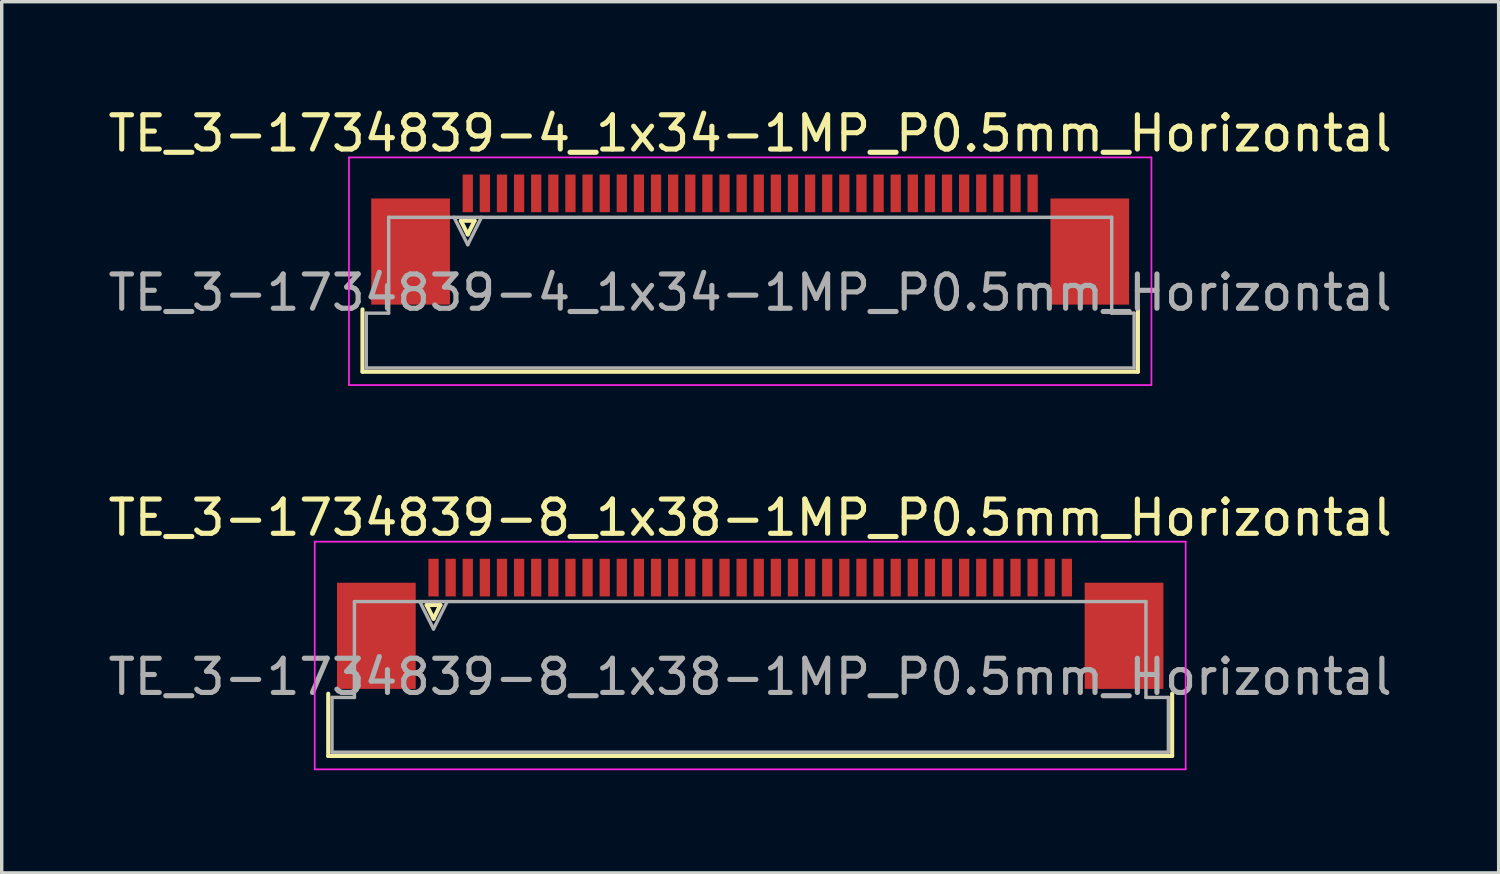
<source format=kicad_pcb>
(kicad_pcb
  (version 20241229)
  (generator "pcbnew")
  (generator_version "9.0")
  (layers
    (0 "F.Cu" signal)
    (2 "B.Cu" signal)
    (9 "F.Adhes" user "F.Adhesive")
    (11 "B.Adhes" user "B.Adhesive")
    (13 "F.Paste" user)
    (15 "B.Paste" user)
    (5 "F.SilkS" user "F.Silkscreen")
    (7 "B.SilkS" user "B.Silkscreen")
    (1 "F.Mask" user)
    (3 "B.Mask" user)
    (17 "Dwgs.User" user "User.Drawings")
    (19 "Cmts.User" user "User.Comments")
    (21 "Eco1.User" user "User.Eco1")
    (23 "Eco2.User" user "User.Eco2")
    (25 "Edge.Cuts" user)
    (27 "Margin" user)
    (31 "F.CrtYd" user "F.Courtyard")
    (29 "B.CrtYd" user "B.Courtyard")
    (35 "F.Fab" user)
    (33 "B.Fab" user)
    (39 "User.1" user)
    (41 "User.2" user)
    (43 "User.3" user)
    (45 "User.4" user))
  (footprint "TE_3-1734839-8_1x38-1MP_P0.5mm_Horizontal"
    (layer "F.Cu")
    (at 18.863 16.072)
    (property "Reference" "TE_3-1734839-8_1x38-1MP_P0.5mm_Horizontal" (at 0 -4 0) (layer "F.SilkS") (effects (font (size 1 1) (thickness 0.15))))
    (attr smd)
    (fp_line (start -12.325 2.96) (end -12.325 1.14) (stroke (width 0.12) (type solid)) (layer "F.SilkS"))
    (fp_line (start -9.45 -1.45) (end -9.25 -1.05) (stroke (width 0.12) (type solid)) (layer "F.SilkS"))
    (fp_line (start -9.25 -1.05) (end -9.05 -1.45) (stroke (width 0.12) (type solid)) (layer "F.SilkS"))
    (fp_line (start -9.05 -1.45) (end -9.45 -1.45) (stroke (width 0.12) (type solid)) (layer "F.SilkS"))
    (fp_line (start 12.325 1.14) (end 12.325 2.96) (stroke (width 0.12) (type solid)) (layer "F.SilkS"))
    (fp_line (start 12.325 2.96) (end -12.325 2.96) (stroke (width 0.12) (type solid)) (layer "F.SilkS"))
    (fp_line (start -12.72 -3.3) (end -12.72 3.35) (stroke (width 0.05) (type solid)) (layer "F.CrtYd"))
    (fp_line (start -12.72 3.35) (end 12.72 3.35) (stroke (width 0.05) (type solid)) (layer "F.CrtYd"))
    (fp_line (start 12.72 -3.3) (end -12.72 -3.3) (stroke (width 0.05) (type solid)) (layer "F.CrtYd"))
    (fp_line (start 12.72 3.35) (end 12.72 -3.3) (stroke (width 0.05) (type solid)) (layer "F.CrtYd"))
    (fp_line (start -12.215 1.25) (end -11.56 1.25) (stroke (width 0.1) (type solid)) (layer "F.Fab"))
    (fp_line (start -12.215 2.85) (end -12.215 1.25) (stroke (width 0.1) (type solid)) (layer "F.Fab"))
    (fp_line (start -11.56 -1.55) (end 11.56 -1.55) (stroke (width 0.1) (type solid)) (layer "F.Fab"))
    (fp_line (start -11.56 1.25) (end -11.56 -1.55) (stroke (width 0.1) (type solid)) (layer "F.Fab"))
    (fp_line (start -9.65 -1.55) (end -9.25 -0.75) (stroke (width 0.1) (type solid)) (layer "F.Fab"))
    (fp_line (start -9.25 -0.75) (end -8.85 -1.55) (stroke (width 0.1) (type solid)) (layer "F.Fab"))
    (fp_line (start 11.56 -1.55) (end 11.56 1.25) (stroke (width 0.1) (type solid)) (layer "F.Fab"))
    (fp_line (start 11.56 1.25) (end 12.215 1.25) (stroke (width 0.1) (type solid)) (layer "F.Fab"))
    (fp_line (start 12.215 1.25) (end 12.215 2.85) (stroke (width 0.1) (type solid)) (layer "F.Fab"))
    (fp_line (start 12.215 2.85) (end -12.215 2.85) (stroke (width 0.1) (type solid)) (layer "F.Fab"))
    (fp_text user "${REFERENCE}" (at 0 0.65 0) (layer "F.Fab") (effects (font (size 1 1) (thickness 0.15))))
    (pad "1" smd rect (at -9.25 -2.25) (size 0.3 1.1) (layers "F.Cu" "F.Mask" "F.Paste"))
    (pad "2" smd rect (at -8.75 -2.25) (size 0.3 1.1) (layers "F.Cu" "F.Mask" "F.Paste"))
    (pad "3" smd rect (at -8.25 -2.25) (size 0.3 1.1) (layers "F.Cu" "F.Mask" "F.Paste"))
    (pad "4" smd rect (at -7.75 -2.25) (size 0.3 1.1) (layers "F.Cu" "F.Mask" "F.Paste"))
    (pad "5" smd rect (at -7.25 -2.25) (size 0.3 1.1) (layers "F.Cu" "F.Mask" "F.Paste"))
    (pad "6" smd rect (at -6.75 -2.25) (size 0.3 1.1) (layers "F.Cu" "F.Mask" "F.Paste"))
    (pad "7" smd rect (at -6.25 -2.25) (size 0.3 1.1) (layers "F.Cu" "F.Mask" "F.Paste"))
    (pad "8" smd rect (at -5.75 -2.25) (size 0.3 1.1) (layers "F.Cu" "F.Mask" "F.Paste"))
    (pad "9" smd rect (at -5.25 -2.25) (size 0.3 1.1) (layers "F.Cu" "F.Mask" "F.Paste"))
    (pad "10" smd rect (at -4.75 -2.25) (size 0.3 1.1) (layers "F.Cu" "F.Mask" "F.Paste"))
    (pad "11" smd rect (at -4.25 -2.25) (size 0.3 1.1) (layers "F.Cu" "F.Mask" "F.Paste"))
    (pad "12" smd rect (at -3.75 -2.25) (size 0.3 1.1) (layers "F.Cu" "F.Mask" "F.Paste"))
    (pad "13" smd rect (at -3.25 -2.25) (size 0.3 1.1) (layers "F.Cu" "F.Mask" "F.Paste"))
    (pad "14" smd rect (at -2.75 -2.25) (size 0.3 1.1) (layers "F.Cu" "F.Mask" "F.Paste"))
    (pad "15" smd rect (at -2.25 -2.25) (size 0.3 1.1) (layers "F.Cu" "F.Mask" "F.Paste"))
    (pad "16" smd rect (at -1.75 -2.25) (size 0.3 1.1) (layers "F.Cu" "F.Mask" "F.Paste"))
    (pad "17" smd rect (at -1.25 -2.25) (size 0.3 1.1) (layers "F.Cu" "F.Mask" "F.Paste"))
    (pad "18" smd rect (at -0.75 -2.25) (size 0.3 1.1) (layers "F.Cu" "F.Mask" "F.Paste"))
    (pad "19" smd rect (at -0.25 -2.25) (size 0.3 1.1) (layers "F.Cu" "F.Mask" "F.Paste"))
    (pad "20" smd rect (at 0.25 -2.25) (size 0.3 1.1) (layers "F.Cu" "F.Mask" "F.Paste"))
    (pad "21" smd rect (at 0.75 -2.25) (size 0.3 1.1) (layers "F.Cu" "F.Mask" "F.Paste"))
    (pad "22" smd rect (at 1.25 -2.25) (size 0.3 1.1) (layers "F.Cu" "F.Mask" "F.Paste"))
    (pad "23" smd rect (at 1.75 -2.25) (size 0.3 1.1) (layers "F.Cu" "F.Mask" "F.Paste"))
    (pad "24" smd rect (at 2.25 -2.25) (size 0.3 1.1) (layers "F.Cu" "F.Mask" "F.Paste"))
    (pad "25" smd rect (at 2.75 -2.25) (size 0.3 1.1) (layers "F.Cu" "F.Mask" "F.Paste"))
    (pad "26" smd rect (at 3.25 -2.25) (size 0.3 1.1) (layers "F.Cu" "F.Mask" "F.Paste"))
    (pad "27" smd rect (at 3.75 -2.25) (size 0.3 1.1) (layers "F.Cu" "F.Mask" "F.Paste"))
    (pad "28" smd rect (at 4.25 -2.25) (size 0.3 1.1) (layers "F.Cu" "F.Mask" "F.Paste"))
    (pad "29" smd rect (at 4.75 -2.25) (size 0.3 1.1) (layers "F.Cu" "F.Mask" "F.Paste"))
    (pad "30" smd rect (at 5.25 -2.25) (size 0.3 1.1) (layers "F.Cu" "F.Mask" "F.Paste"))
    (pad "31" smd rect (at 5.75 -2.25) (size 0.3 1.1) (layers "F.Cu" "F.Mask" "F.Paste"))
    (pad "32" smd rect (at 6.25 -2.25) (size 0.3 1.1) (layers "F.Cu" "F.Mask" "F.Paste"))
    (pad "33" smd rect (at 6.75 -2.25) (size 0.3 1.1) (layers "F.Cu" "F.Mask" "F.Paste"))
    (pad "34" smd rect (at 7.25 -2.25) (size 0.3 1.1) (layers "F.Cu" "F.Mask" "F.Paste"))
    (pad "35" smd rect (at 7.75 -2.25) (size 0.3 1.1) (layers "F.Cu" "F.Mask" "F.Paste"))
    (pad "36" smd rect (at 8.25 -2.25) (size 0.3 1.1) (layers "F.Cu" "F.Mask" "F.Paste"))
    (pad "37" smd rect (at 8.75 -2.25) (size 0.3 1.1) (layers "F.Cu" "F.Mask" "F.Paste"))
    (pad "38" smd rect (at 9.25 -2.25) (size 0.3 1.1) (layers "F.Cu" "F.Mask" "F.Paste"))
    (pad "MP" smd rect (at -10.92 -0.55) (size 2.3 3.1) (layers "F.Cu" "F.Mask" "F.Paste"))
    (pad "MP" smd rect (at 10.92 -0.55) (size 2.3 3.1) (layers "F.Cu" "F.Mask" "F.Paste")))
  (footprint "TE_3-1734839-4_1x34-1MP_P0.5mm_Horizontal"
    (layer "F.Cu")
    (at 18.863 4.848)
    (property "Reference" "TE_3-1734839-4_1x34-1MP_P0.5mm_Horizontal" (at 0 -4 0) (layer "F.SilkS") (effects (font (size 1 1) (thickness 0.15))))
    (attr smd)
    (fp_line (start -11.325 2.96) (end -11.325 1.14) (stroke (width 0.12) (type solid)) (layer "F.SilkS"))
    (fp_line (start -8.45 -1.45) (end -8.25 -1.05) (stroke (width 0.12) (type solid)) (layer "F.SilkS"))
    (fp_line (start -8.25 -1.05) (end -8.05 -1.45) (stroke (width 0.12) (type solid)) (layer "F.SilkS"))
    (fp_line (start -8.05 -1.45) (end -8.45 -1.45) (stroke (width 0.12) (type solid)) (layer "F.SilkS"))
    (fp_line (start 11.325 1.14) (end 11.325 2.96) (stroke (width 0.12) (type solid)) (layer "F.SilkS"))
    (fp_line (start 11.325 2.96) (end -11.325 2.96) (stroke (width 0.12) (type solid)) (layer "F.SilkS"))
    (fp_line (start -11.72 -3.3) (end -11.72 3.35) (stroke (width 0.05) (type solid)) (layer "F.CrtYd"))
    (fp_line (start -11.72 3.35) (end 11.72 3.35) (stroke (width 0.05) (type solid)) (layer "F.CrtYd"))
    (fp_line (start 11.72 -3.3) (end -11.72 -3.3) (stroke (width 0.05) (type solid)) (layer "F.CrtYd"))
    (fp_line (start 11.72 3.35) (end 11.72 -3.3) (stroke (width 0.05) (type solid)) (layer "F.CrtYd"))
    (fp_line (start -11.215 1.25) (end -10.56 1.25) (stroke (width 0.1) (type solid)) (layer "F.Fab"))
    (fp_line (start -11.215 2.85) (end -11.215 1.25) (stroke (width 0.1) (type solid)) (layer "F.Fab"))
    (fp_line (start -10.56 -1.55) (end 10.56 -1.55) (stroke (width 0.1) (type solid)) (layer "F.Fab"))
    (fp_line (start -10.56 1.25) (end -10.56 -1.55) (stroke (width 0.1) (type solid)) (layer "F.Fab"))
    (fp_line (start -8.65 -1.55) (end -8.25 -0.75) (stroke (width 0.1) (type solid)) (layer "F.Fab"))
    (fp_line (start -8.25 -0.75) (end -7.85 -1.55) (stroke (width 0.1) (type solid)) (layer "F.Fab"))
    (fp_line (start 10.56 -1.55) (end 10.56 1.25) (stroke (width 0.1) (type solid)) (layer "F.Fab"))
    (fp_line (start 10.56 1.25) (end 11.215 1.25) (stroke (width 0.1) (type solid)) (layer "F.Fab"))
    (fp_line (start 11.215 1.25) (end 11.215 2.85) (stroke (width 0.1) (type solid)) (layer "F.Fab"))
    (fp_line (start 11.215 2.85) (end -11.215 2.85) (stroke (width 0.1) (type solid)) (layer "F.Fab"))
    (fp_text user "${REFERENCE}" (at 0 0.65 0) (layer "F.Fab") (effects (font (size 1 1) (thickness 0.15))))
    (pad "1" smd rect (at -8.25 -2.25) (size 0.3 1.1) (layers "F.Cu" "F.Mask" "F.Paste"))
    (pad "2" smd rect (at -7.75 -2.25) (size 0.3 1.1) (layers "F.Cu" "F.Mask" "F.Paste"))
    (pad "3" smd rect (at -7.25 -2.25) (size 0.3 1.1) (layers "F.Cu" "F.Mask" "F.Paste"))
    (pad "4" smd rect (at -6.75 -2.25) (size 0.3 1.1) (layers "F.Cu" "F.Mask" "F.Paste"))
    (pad "5" smd rect (at -6.25 -2.25) (size 0.3 1.1) (layers "F.Cu" "F.Mask" "F.Paste"))
    (pad "6" smd rect (at -5.75 -2.25) (size 0.3 1.1) (layers "F.Cu" "F.Mask" "F.Paste"))
    (pad "7" smd rect (at -5.25 -2.25) (size 0.3 1.1) (layers "F.Cu" "F.Mask" "F.Paste"))
    (pad "8" smd rect (at -4.75 -2.25) (size 0.3 1.1) (layers "F.Cu" "F.Mask" "F.Paste"))
    (pad "9" smd rect (at -4.25 -2.25) (size 0.3 1.1) (layers "F.Cu" "F.Mask" "F.Paste"))
    (pad "10" smd rect (at -3.75 -2.25) (size 0.3 1.1) (layers "F.Cu" "F.Mask" "F.Paste"))
    (pad "11" smd rect (at -3.25 -2.25) (size 0.3 1.1) (layers "F.Cu" "F.Mask" "F.Paste"))
    (pad "12" smd rect (at -2.75 -2.25) (size 0.3 1.1) (layers "F.Cu" "F.Mask" "F.Paste"))
    (pad "13" smd rect (at -2.25 -2.25) (size 0.3 1.1) (layers "F.Cu" "F.Mask" "F.Paste"))
    (pad "14" smd rect (at -1.75 -2.25) (size 0.3 1.1) (layers "F.Cu" "F.Mask" "F.Paste"))
    (pad "15" smd rect (at -1.25 -2.25) (size 0.3 1.1) (layers "F.Cu" "F.Mask" "F.Paste"))
    (pad "16" smd rect (at -0.75 -2.25) (size 0.3 1.1) (layers "F.Cu" "F.Mask" "F.Paste"))
    (pad "17" smd rect (at -0.25 -2.25) (size 0.3 1.1) (layers "F.Cu" "F.Mask" "F.Paste"))
    (pad "18" smd rect (at 0.25 -2.25) (size 0.3 1.1) (layers "F.Cu" "F.Mask" "F.Paste"))
    (pad "19" smd rect (at 0.75 -2.25) (size 0.3 1.1) (layers "F.Cu" "F.Mask" "F.Paste"))
    (pad "20" smd rect (at 1.25 -2.25) (size 0.3 1.1) (layers "F.Cu" "F.Mask" "F.Paste"))
    (pad "21" smd rect (at 1.75 -2.25) (size 0.3 1.1) (layers "F.Cu" "F.Mask" "F.Paste"))
    (pad "22" smd rect (at 2.25 -2.25) (size 0.3 1.1) (layers "F.Cu" "F.Mask" "F.Paste"))
    (pad "23" smd rect (at 2.75 -2.25) (size 0.3 1.1) (layers "F.Cu" "F.Mask" "F.Paste"))
    (pad "24" smd rect (at 3.25 -2.25) (size 0.3 1.1) (layers "F.Cu" "F.Mask" "F.Paste"))
    (pad "25" smd rect (at 3.75 -2.25) (size 0.3 1.1) (layers "F.Cu" "F.Mask" "F.Paste"))
    (pad "26" smd rect (at 4.25 -2.25) (size 0.3 1.1) (layers "F.Cu" "F.Mask" "F.Paste"))
    (pad "27" smd rect (at 4.75 -2.25) (size 0.3 1.1) (layers "F.Cu" "F.Mask" "F.Paste"))
    (pad "28" smd rect (at 5.25 -2.25) (size 0.3 1.1) (layers "F.Cu" "F.Mask" "F.Paste"))
    (pad "29" smd rect (at 5.75 -2.25) (size 0.3 1.1) (layers "F.Cu" "F.Mask" "F.Paste"))
    (pad "30" smd rect (at 6.25 -2.25) (size 0.3 1.1) (layers "F.Cu" "F.Mask" "F.Paste"))
    (pad "31" smd rect (at 6.75 -2.25) (size 0.3 1.1) (layers "F.Cu" "F.Mask" "F.Paste"))
    (pad "32" smd rect (at 7.25 -2.25) (size 0.3 1.1) (layers "F.Cu" "F.Mask" "F.Paste"))
    (pad "33" smd rect (at 7.75 -2.25) (size 0.3 1.1) (layers "F.Cu" "F.Mask" "F.Paste"))
    (pad "34" smd rect (at 8.25 -2.25) (size 0.3 1.1) (layers "F.Cu" "F.Mask" "F.Paste"))
    (pad "MP" smd rect (at -9.92 -0.55) (size 2.3 3.1) (layers "F.Cu" "F.Mask" "F.Paste"))
    (pad "MP" smd rect (at 9.92 -0.55) (size 2.3 3.1) (layers "F.Cu" "F.Mask" "F.Paste")))
  (gr_rect
    (start -3 -3)
    (end 40.726 22.447)
    (stroke (width 0.1) (type default))
    (fill no)
    (layer "Edge.Cuts")))
</source>
